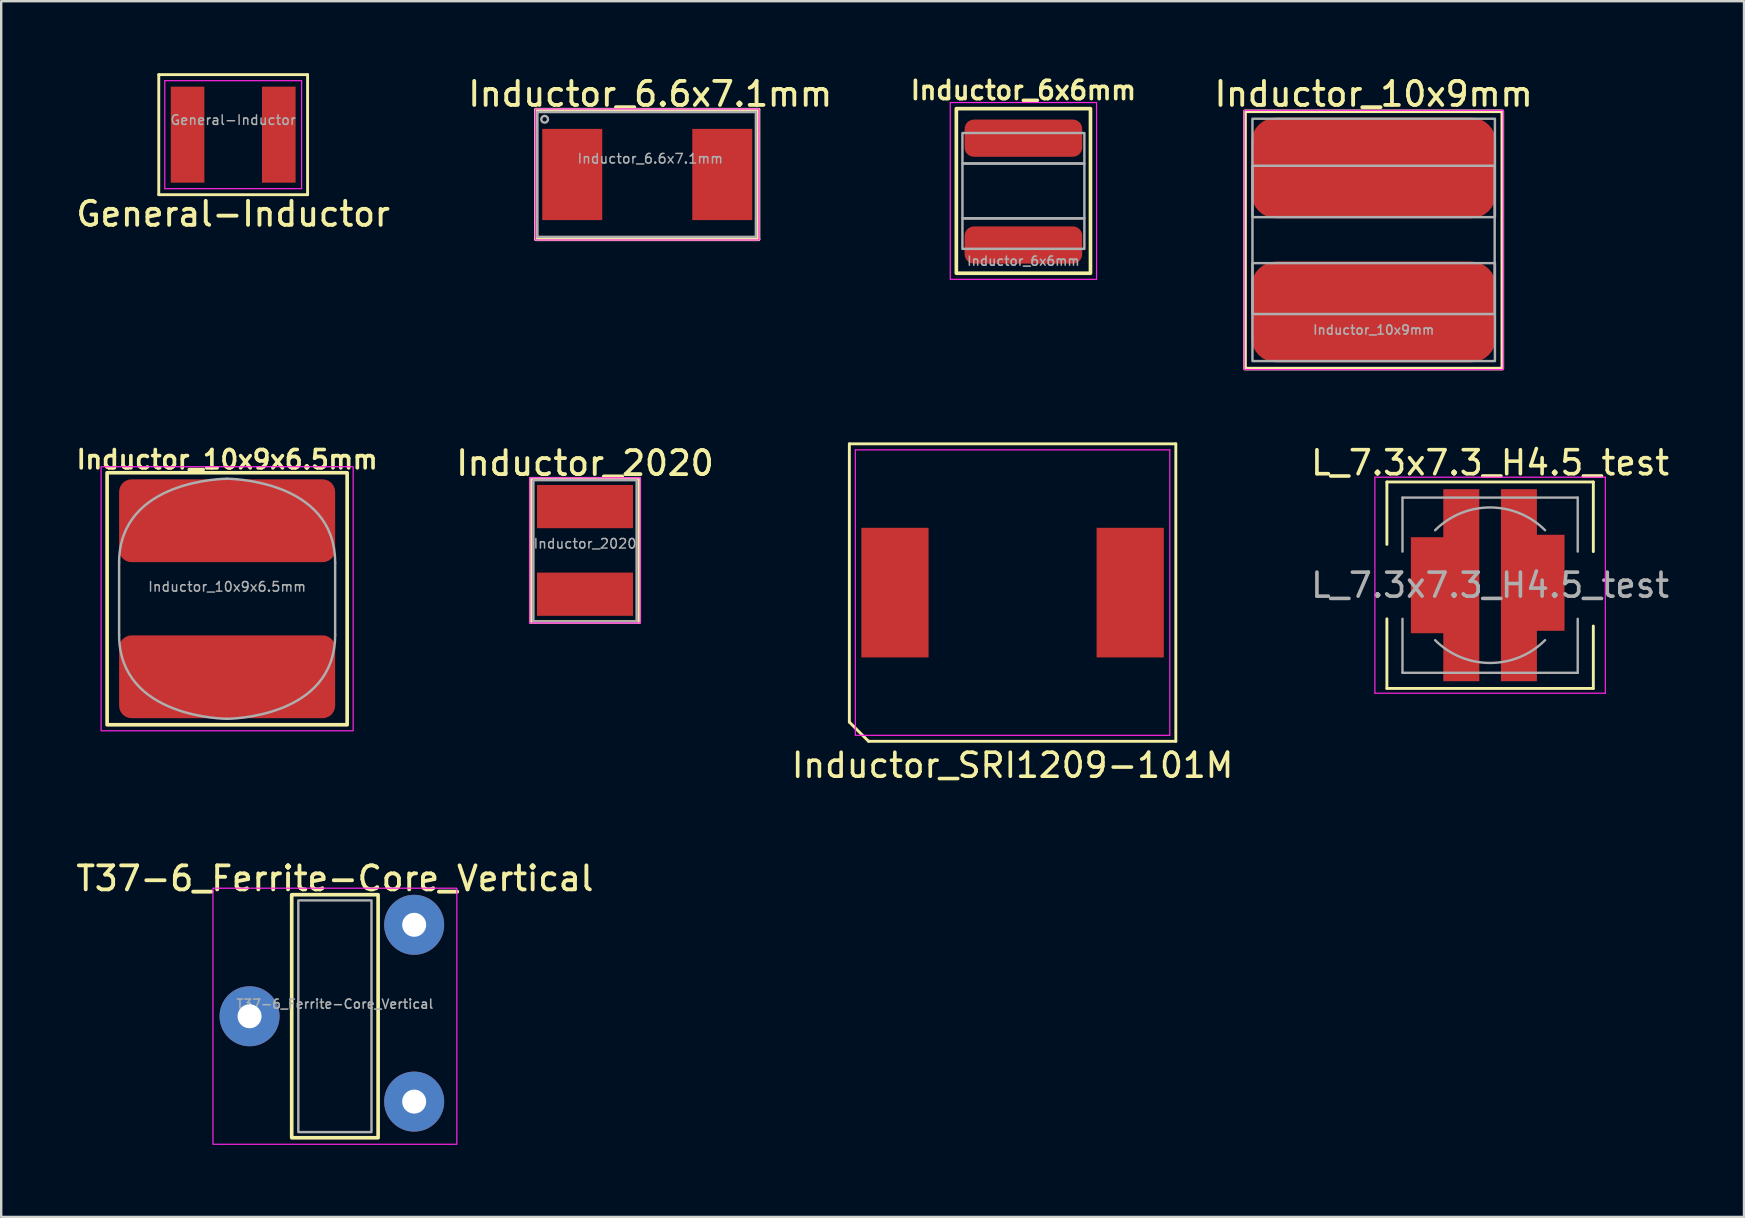
<source format=kicad_pcb>
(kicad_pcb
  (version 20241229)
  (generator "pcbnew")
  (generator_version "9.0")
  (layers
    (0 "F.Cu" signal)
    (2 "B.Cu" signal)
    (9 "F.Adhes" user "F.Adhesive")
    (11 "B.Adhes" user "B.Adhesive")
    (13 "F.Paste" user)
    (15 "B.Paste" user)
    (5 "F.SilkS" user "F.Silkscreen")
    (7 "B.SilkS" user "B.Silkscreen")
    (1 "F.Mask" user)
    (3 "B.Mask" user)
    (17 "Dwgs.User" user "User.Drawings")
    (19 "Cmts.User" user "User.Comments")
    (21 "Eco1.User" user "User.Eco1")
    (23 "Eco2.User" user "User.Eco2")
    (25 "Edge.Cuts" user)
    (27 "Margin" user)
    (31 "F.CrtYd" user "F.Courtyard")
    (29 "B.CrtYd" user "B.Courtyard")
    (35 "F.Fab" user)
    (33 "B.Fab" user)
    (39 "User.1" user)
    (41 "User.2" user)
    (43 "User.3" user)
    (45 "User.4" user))
  (footprint "T37-6_Ferrite-Core_Vertical"
    (layer "F.Cu")
    (at 10.902 39.286)
    (property "Reference" "T37-6_Ferrite-Core_Vertical" (at 0 -5.74 0) (unlocked yes) (layer "F.SilkS") (effects (font (size 1 1) (thickness 0.16))))
    (attr smd)
    (fp_rect (start -1.8 -5.063) (end 1.8 5.063) (stroke (width 0.152) (type default)) (fill no) (layer "F.SilkS"))
    (fp_rect (start -5.08 -5.334) (end 5.08 5.334) (stroke (width 0.05) (type default)) (fill no) (layer "F.CrtYd"))
    (fp_rect (start -1.524 -4.826) (end 1.524 4.826) (stroke (width 0.102) (type default)) (fill no) (layer "F.Fab"))
    (fp_text user "${REFERENCE}" (at 0 -0.508 0) (unlocked yes) (layer "F.Fab") (effects (font (size 0.381 0.381) (thickness 0.064))))
    (pad "1" thru_hole circle (at 3.302 -3.81) (size 2.5 2.5) (drill 1) (layers "*.Cu" "*.Mask"))
    (pad "2" thru_hole circle (at -3.556 0) (size 2.5 2.5) (drill 1) (layers "*.Cu" "*.Mask"))
    (pad "3" thru_hole circle (at 3.302 3.556) (size 2.5 2.5) (drill 1) (layers "*.Cu" "*.Mask")))
  (footprint "Inductor_6x6mm"
    (layer "F.Cu")
    (at 39.584 5.031)
    (property "Reference" "Inductor_6x6mm" (at 0 -4.318 0) (unlocked yes) (layer "F.SilkS") (effects (font (size 0.762 0.762) (thickness 0.152) (bold yes))))
    (attr smd)
    (fp_rect (start -2.794 -3.556) (end 2.794 3.302) (stroke (width 0.152) (type default)) (fill no) (layer "F.SilkS"))
    (fp_rect (start -3.048 -3.81) (end 3.048 3.556) (stroke (width 0.05) (type default)) (fill no) (layer "F.CrtYd"))
    (fp_rect (start -2.54 -2.54) (end 2.54 -1.27) (stroke (width 0.102) (type default)) (fill no) (layer "F.Fab"))
    (fp_rect (start -2.54 -1.27) (end 2.54 1.016) (stroke (width 0.102) (type solid)) (fill no) (layer "F.Fab"))
    (fp_rect (start -2.54 1.016) (end 2.54 2.286) (stroke (width 0.102) (type default)) (fill no) (layer "F.Fab"))
    (fp_text user "${REFERENCE}" (at 0 2.794 0) (unlocked yes) (layer "F.Fab") (effects (font (size 0.381 0.381) (thickness 0.064) (bold yes))))
    (pad "1" smd roundrect (at 0 -2.325) (size 4.9 1.55) (layers "F.Cu" "F.Mask" "F.Paste") (roundrect_rratio 0.25))
    (pad "2" smd roundrect (at 0 2.125) (size 4.9 1.55) (layers "F.Cu" "F.Mask" "F.Paste") (roundrect_rratio 0.25)))
  (footprint "Inductor_2020"
    (layer "F.Cu")
    (at 21.321 19.904)
    (property "Reference" "Inductor_2020" (at 0 -3.658 0) (layer "F.SilkS") (effects (font (size 1 1) (thickness 0.16))))
    (attr smd)
    (fp_line (start -2.26 -3.01) (end 2.26 -3.01) (stroke (width 0.15) (type default)) (layer "F.SilkS"))
    (fp_line (start -2.26 2.96) (end -2.26 -3.01) (stroke (width 0.15) (type default)) (layer "F.SilkS"))
    (fp_line (start 2.26 -3.01) (end 2.26 2.96) (stroke (width 0.15) (type default)) (layer "F.SilkS"))
    (fp_line (start 2.26 2.96) (end -2.26 2.96) (stroke (width 0.15) (type default)) (layer "F.SilkS"))
    (fp_line (start -2.3 -3.05) (end 2.3 -3.05) (stroke (width 0.05) (type default)) (layer "F.CrtYd"))
    (fp_line (start -2.3 3) (end -2.3 -3.05) (stroke (width 0.05) (type default)) (layer "F.CrtYd"))
    (fp_line (start 2.3 -3.05) (end 2.3 3) (stroke (width 0.05) (type default)) (layer "F.CrtYd"))
    (fp_line (start 2.3 3) (end -2.3 3) (stroke (width 0.05) (type default)) (layer "F.CrtYd"))
    (fp_rect (start -2.15 -2.95) (end 2.15 2.95) (stroke (width 0.1) (type default)) (fill no) (layer "F.Fab"))
    (fp_text user "${REFERENCE}" (at 0 -0.305 0) (unlocked yes) (layer "F.Fab") (effects (font (size 0.4 0.4) (thickness 0.06))))
    (pad "1" smd rect (at 0 -1.85 270) (size 1.8 4) (layers "F.Cu" "F.Mask" "F.Paste"))
    (pad "2" smd rect (at 0 1.8 270) (size 1.8 4) (layers "F.Cu" "F.Mask" "F.Paste")))
  (footprint "Inductor_SRI1209-101M"
    (layer "F.Cu")
    (at 39.133 21.638)
    (property "Reference" "Inductor_SRI1209-101M" (at 0 7.194 0) (layer "F.SilkS") (effects (font (size 1 1) (thickness 0.15))))
    (attr through_hole)
    (fp_line (start -6.8 -6.198) (end 6.8 -6.198) (stroke (width 0.12) (type default)) (layer "F.SilkS"))
    (fp_line (start -6.8 5.394) (end -6.8 -6.198) (stroke (width 0.12) (type default)) (layer "F.SilkS"))
    (fp_line (start -6 6.194) (end -6.8 5.394) (stroke (width 0.12) (type default)) (layer "F.SilkS"))
    (fp_line (start 6.8 -6.198) (end 6.8 6.194) (stroke (width 0.12) (type default)) (layer "F.SilkS"))
    (fp_line (start 6.8 6.194) (end -6 6.194) (stroke (width 0.12) (type default)) (layer "F.SilkS"))
    (fp_line (start -6.55 -5.948) (end 6.55 -5.948) (stroke (width 0.05) (type default)) (layer "F.CrtYd"))
    (fp_line (start -6.55 5.944) (end -6.55 -5.948) (stroke (width 0.05) (type default)) (layer "F.CrtYd"))
    (fp_line (start 6.55 -5.948) (end 6.55 5.944) (stroke (width 0.05) (type default)) (layer "F.CrtYd"))
    (fp_line (start 6.55 5.944) (end -6.55 5.944) (stroke (width 0.05) (type default)) (layer "F.CrtYd"))
    (pad "1" smd rect (at -4.9 0) (size 2.8 5.4) (layers "F.Cu" "F.Mask" "F.Paste"))
    (pad "2" smd rect (at 4.9 0) (size 2.8 5.4) (layers "F.Cu" "F.Mask" "F.Paste")))
  (footprint "Inductor_10x9x6.5mm"
    (layer "F.Cu")
    (at 6.412 21.894)
    (property "Reference" "Inductor_10x9x6.5mm" (at 0 -5.8 0) (unlocked yes) (layer "F.SilkS") (effects (font (size 0.762 0.762) (thickness 0.152))))
    (attr smd)
    (fp_rect (start -5 -5.25) (end 5 5.25) (stroke (width 0.152) (type default)) (fill no) (layer "F.SilkS"))
    (fp_rect (start -5.25 -5.5) (end 5.25 5.5) (stroke (width 0.05) (type default)) (fill no) (layer "F.CrtYd"))
    (fp_line (start -4.5 1.5) (end -4.5 -1.5) (stroke (width 0.102) (type default)) (layer "F.Fab"))
    (fp_line (start 4.5 1.5) (end 4.5 -1.5) (stroke (width 0.102) (type default)) (layer "F.Fab"))
    (fp_curve (pts (xy -4.5 -1.5) (xy -4.5 -5) (xy 0 -5) (xy 0 -5)) (stroke (width 0.102) (type default)) (layer "F.Fab"))
    (fp_curve (pts (xy -4.5 1.5) (xy -4.5 5) (xy 0 5) (xy 0 5)) (stroke (width 0.102) (type default)) (layer "F.Fab"))
    (fp_curve (pts (xy 4.5 -1.5) (xy 4.5 -5) (xy 0 -5) (xy 0 -5)) (stroke (width 0.102) (type default)) (layer "F.Fab"))
    (fp_curve (pts (xy 4.5 1.5) (xy 4.5 5) (xy 0 5) (xy 0 5)) (stroke (width 0.102) (type default)) (layer "F.Fab"))
    (fp_text user "${REFERENCE}" (at 0 -0.5 0) (unlocked yes) (layer "F.Fab") (effects (font (size 0.4 0.4) (thickness 0.06))))
    (pad "1" smd roundrect (at 0 -3.25) (size 9 3.45) (layers "F.Cu" "F.Mask" "F.Paste") (roundrect_rratio 0.15))
    (pad "2" smd roundrect (at 0 3.25) (size 9 3.45) (layers "F.Cu" "F.Mask" "F.Paste") (roundrect_rratio 0.15)))
  (footprint "L_7.3x7.3_H4.5_test"
    (layer "F.Cu")
    (at 59.026 21.329)
    (property "Reference" "L_7.3x7.3_H4.5_test" (at 0 -5.1 0) (layer "F.SilkS") (effects (font (size 1 1) (thickness 0.15))))
    (attr smd)
    (fp_line (start -4.3 -4.3) (end 4.3 -4.3) (stroke (width 0.12) (type solid)) (layer "F.SilkS"))
    (fp_line (start -4.3 -1.7) (end -4.3 -4.3) (stroke (width 0.12) (type solid)) (layer "F.SilkS"))
    (fp_line (start -4.3 4.3) (end -4.3 1.4) (stroke (width 0.12) (type solid)) (layer "F.SilkS"))
    (fp_line (start 4.3 -4.3) (end 4.3 -1.4) (stroke (width 0.12) (type solid)) (layer "F.SilkS"))
    (fp_line (start 4.3 1.7) (end 4.3 4.3) (stroke (width 0.12) (type solid)) (layer "F.SilkS"))
    (fp_line (start 4.3 4.3) (end -4.3 4.3) (stroke (width 0.12) (type solid)) (layer "F.SilkS"))
    (fp_line (start -4.8 -4.5) (end -4.8 4.5) (stroke (width 0.05) (type solid)) (layer "F.CrtYd"))
    (fp_line (start -4.8 4.5) (end 4.8 4.5) (stroke (width 0.05) (type solid)) (layer "F.CrtYd"))
    (fp_line (start 4.8 -4.5) (end -4.8 -4.5) (stroke (width 0.05) (type solid)) (layer "F.CrtYd"))
    (fp_line (start 4.8 4.5) (end 4.8 -4.5) (stroke (width 0.05) (type solid)) (layer "F.CrtYd"))
    (fp_line (start -3.65 -3.65) (end -3.65 -1.4) (stroke (width 0.1) (type solid)) (layer "F.Fab"))
    (fp_line (start -3.65 -3.65) (end 3.65 -3.65) (stroke (width 0.1) (type solid)) (layer "F.Fab"))
    (fp_line (start -3.65 3.65) (end -3.65 1.4) (stroke (width 0.1) (type solid)) (layer "F.Fab"))
    (fp_line (start 3.65 -3.65) (end 3.65 -1.4) (stroke (width 0.1) (type solid)) (layer "F.Fab"))
    (fp_line (start 3.65 3.65) (end -3.65 3.65) (stroke (width 0.1) (type solid)) (layer "F.Fab"))
    (fp_line (start 3.65 3.65) (end 3.65 1.4) (stroke (width 0.1) (type solid)) (layer "F.Fab"))
    (fp_arc (start -2.29 -2.29) (mid 0 -3.238549) (end 2.29 -2.29) (stroke (width 0.1) (type solid)) (layer "F.Fab"))
    (fp_arc (start 2.29 2.29) (mid 0 3.238549) (end -2.29 2.29) (stroke (width 0.1) (type solid)) (layer "F.Fab"))
    (fp_text user "${REFERENCE}" (at 0 0 0) (layer "F.Fab") (effects (font (size 1 1) (thickness 0.15))))
    (pad "1" smd rect (at -2.3 0) (size 2 4) (layers "F.Cu" "F.Mask" "F.Paste"))
    (pad "1" smd rect (at -1.2 0) (size 1.5 8) (layers "F.Cu" "F.Mask" "F.Paste"))
    (pad "2" smd rect (at 1.2 0) (size 1.5 8) (layers "F.Cu" "F.Mask" "F.Paste"))
    (pad "2" smd rect (at 2.1 -0.1) (size 2 4) (layers "F.Cu" "F.Mask" "F.Paste")))
  (footprint "Inductor_10x9mm"
    (layer "F.Cu")
    (at 54.176 6.946)
    (property "Reference" "Inductor_10x9mm" (at 0 -6.08 0) (unlocked yes) (layer "F.SilkS") (effects (font (size 1 1) (thickness 0.16))))
    (attr smd)
    (fp_rect (start -5.36 -5.36) (end 5.36 5.36) (stroke (width 0.15) (type default)) (fill no) (layer "F.SilkS"))
    (fp_rect (start -5.398 -5.4) (end 5.4 5.4) (stroke (width 0.05) (type default)) (fill no) (layer "F.CrtYd"))
    (fp_rect (start -5.05 -5.05) (end 5.05 -0.95) (stroke (width 0.102) (type default)) (fill no) (layer "F.Fab"))
    (fp_rect (start -5.05 -3.09) (end 5.04 3.086) (stroke (width 0.102) (type solid)) (fill no) (layer "F.Fab"))
    (fp_rect (start -5.05 0.966) (end 5.05 5.046) (stroke (width 0.102) (type default)) (fill no) (layer "F.Fab"))
    (fp_text user "${REFERENCE}" (at 0 3.75 0) (unlocked yes) (layer "F.Fab") (effects (font (size 0.381 0.381) (thickness 0.064) (bold yes))))
    (pad "1" smd roundrect (at 0 -3) (size 10.2 4.2) (layers "F.Cu" "F.Mask" "F.Paste") (roundrect_rratio 0.25))
    (pad "2" smd roundrect (at 0 3) (size 10.2 4.2) (layers "F.Cu" "F.Mask" "F.Paste") (roundrect_rratio 0.25)))
  (footprint "Inductor_6.6x7.1mm"
    (layer "F.Cu")
    (at 24.039 4.219)
    (property "Reference" "Inductor_6.6x7.1mm" (at 0 -3.353 0) (layer "F.SilkS") (effects (font (size 1 1) (thickness 0.16))))
    (attr smd)
    (fp_line (start -4.76 -2.7) (end 4.51 -2.7) (stroke (width 0.15) (type default)) (layer "F.SilkS"))
    (fp_line (start -4.76 2.7) (end -4.76 -2.7) (stroke (width 0.15) (type default)) (layer "F.SilkS"))
    (fp_line (start 4.51 -2.7) (end 4.51 2.7) (stroke (width 0.15) (type default)) (layer "F.SilkS"))
    (fp_line (start 4.51 2.7) (end -4.76 2.7) (stroke (width 0.15) (type default)) (layer "F.SilkS"))
    (fp_rect (start -4.78 -2.73) (end 4.53 2.73) (stroke (width 0.05) (type default)) (fill no) (layer "F.CrtYd"))
    (fp_rect (start -4.7 -2.6) (end 4.4 2.6) (stroke (width 0.1) (type default)) (fill no) (layer "F.Fab"))
    (fp_circle (center -4.4 -2.3) (end -4.259 -2.3) (stroke (width 0.1) (type solid)) (fill no) (layer "F.Fab"))
    (fp_text user "${REFERENCE}" (at 0 -0.66 0) (unlocked yes) (layer "F.Fab") (effects (font (size 0.4 0.4) (thickness 0.06))))
    (pad "1" smd rect (at -3.25 0 270) (size 3.8 2.5) (layers "F.Cu" "F.Mask" "F.Paste"))
    (pad "2" smd rect (at 3 0 270) (size 3.8 2.5) (layers "F.Cu" "F.Mask" "F.Paste")))
  (footprint "General-Inductor"
    (layer "F.Cu")
    (at 6.664 2.56)
    (property "Reference" "General-Inductor" (at 0 3.302 0) (layer "F.SilkS") (effects (font (size 1 1) (thickness 0.16))))
    (attr smd)
    (fp_line (start -3.1 -2.5) (end 3.1 -2.5) (stroke (width 0.12) (type default)) (layer "F.SilkS"))
    (fp_line (start -3.1 2.5) (end -3.1 -2.5) (stroke (width 0.12) (type default)) (layer "F.SilkS"))
    (fp_line (start 3.1 -2.5) (end 3.1 2.5) (stroke (width 0.12) (type default)) (layer "F.SilkS"))
    (fp_line (start 3.1 2.5) (end -3.1 2.5) (stroke (width 0.12) (type default)) (layer "F.SilkS"))
    (fp_line (start -2.85 -2.25) (end 2.85 -2.25) (stroke (width 0.05) (type default)) (layer "F.CrtYd"))
    (fp_line (start -2.85 2.25) (end -2.85 -2.25) (stroke (width 0.05) (type default)) (layer "F.CrtYd"))
    (fp_line (start 2.85 -2.25) (end 2.85 2.25) (stroke (width 0.05) (type default)) (layer "F.CrtYd"))
    (fp_line (start 2.85 2.25) (end -2.85 2.25) (stroke (width 0.05) (type default)) (layer "F.CrtYd"))
    (fp_text user "${REFERENCE}" (at 0 -0.61 0) (unlocked yes) (layer "F.Fab") (effects (font (size 0.4 0.4) (thickness 0.06))))
    (pad "1" smd rect (at -1.9 0) (size 1.4 4) (layers "F.Cu" "F.Mask" "F.Paste"))
    (pad "2" smd rect (at 1.9 0) (size 1.4 4) (layers "F.Cu" "F.Mask" "F.Paste")))
  (gr_rect
    (start -3 -3)
    (end 69.603 47.645)
    (stroke (width 0.1) (type default))
    (fill no)
    (layer "Edge.Cuts")))
</source>
